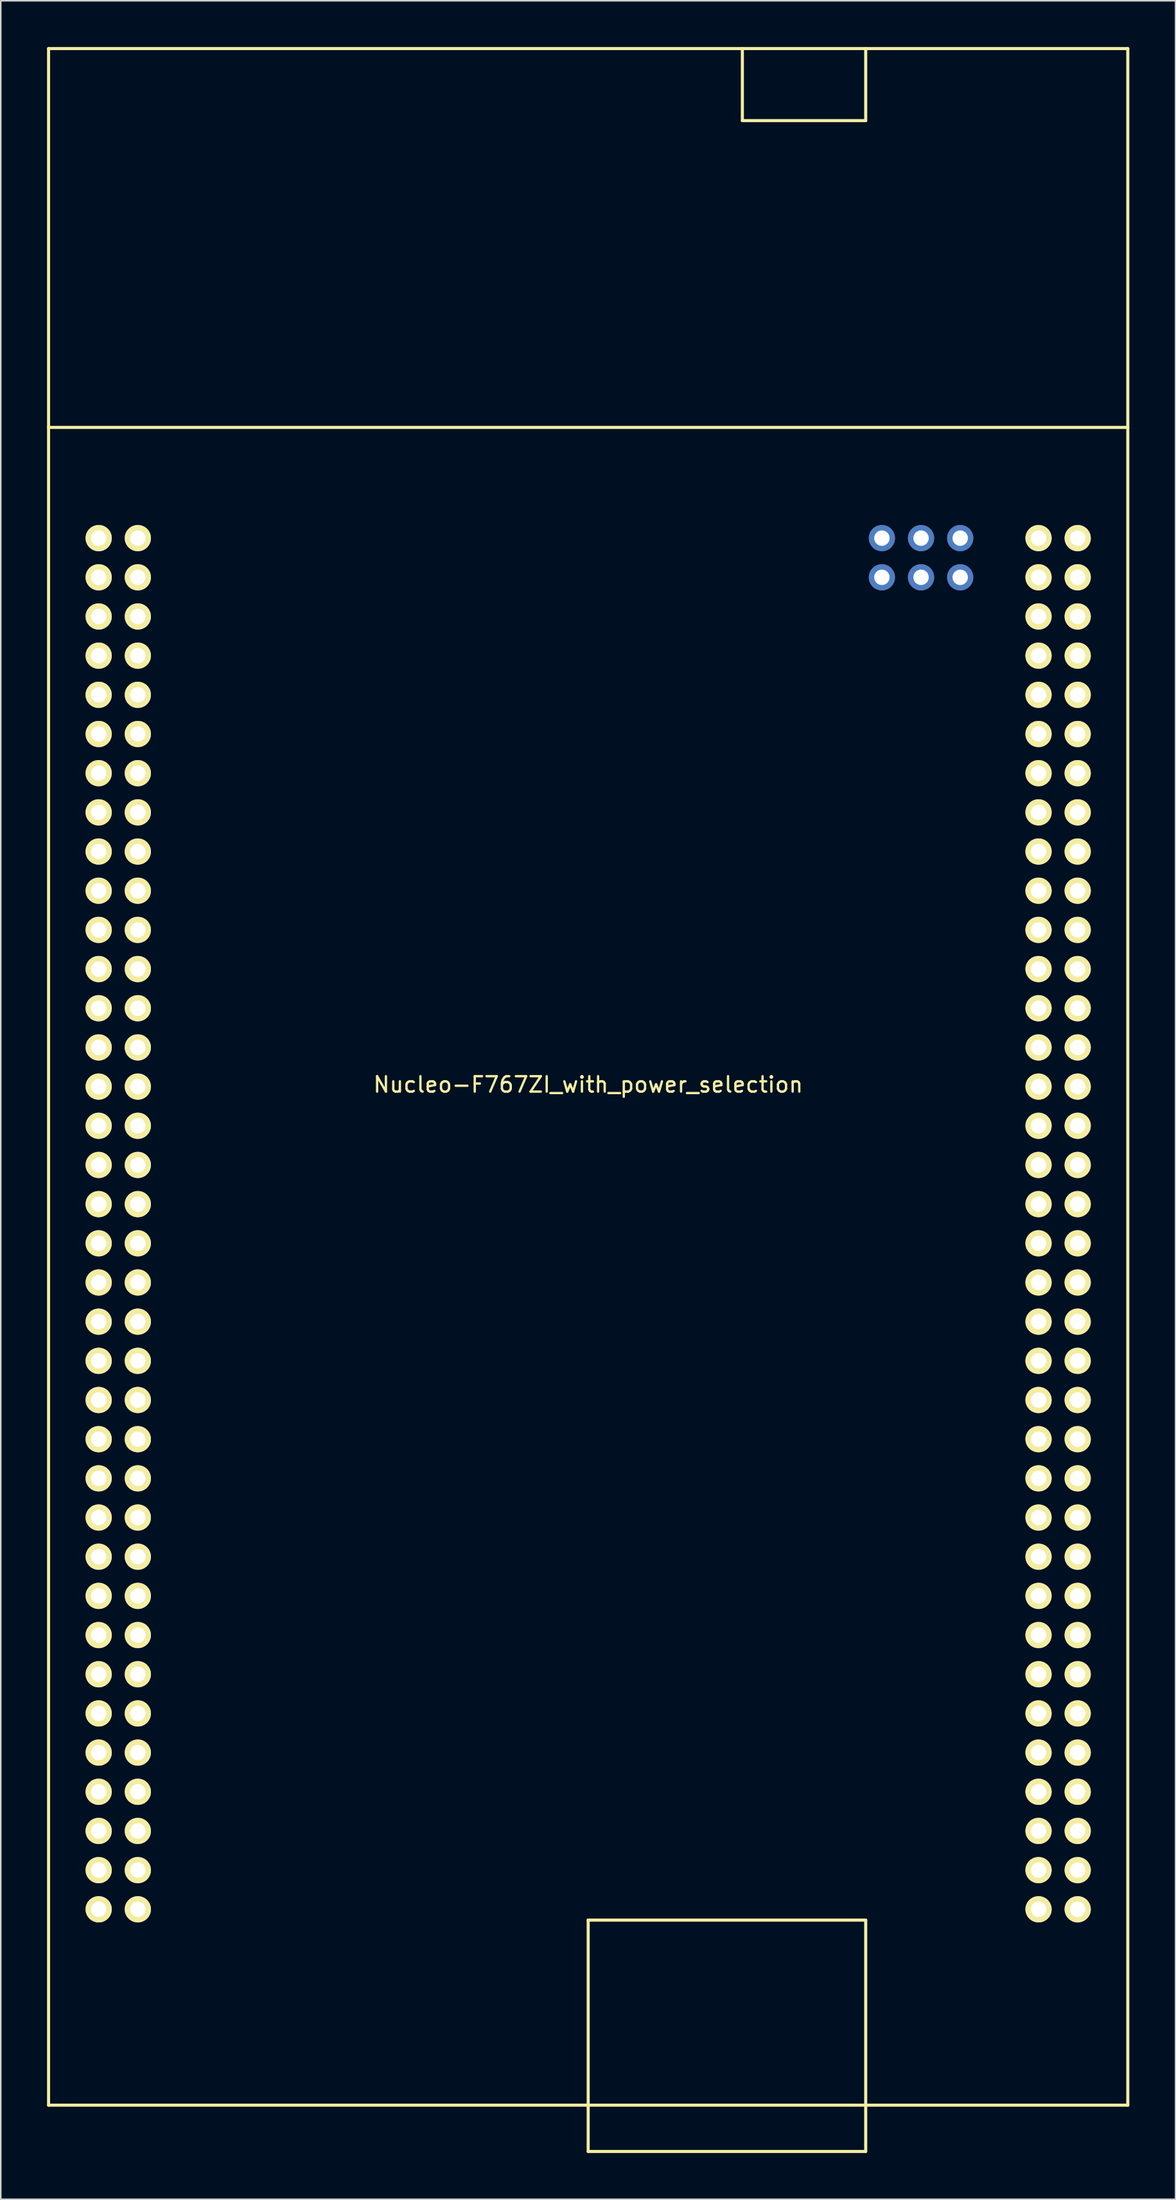
<source format=kicad_pcb>
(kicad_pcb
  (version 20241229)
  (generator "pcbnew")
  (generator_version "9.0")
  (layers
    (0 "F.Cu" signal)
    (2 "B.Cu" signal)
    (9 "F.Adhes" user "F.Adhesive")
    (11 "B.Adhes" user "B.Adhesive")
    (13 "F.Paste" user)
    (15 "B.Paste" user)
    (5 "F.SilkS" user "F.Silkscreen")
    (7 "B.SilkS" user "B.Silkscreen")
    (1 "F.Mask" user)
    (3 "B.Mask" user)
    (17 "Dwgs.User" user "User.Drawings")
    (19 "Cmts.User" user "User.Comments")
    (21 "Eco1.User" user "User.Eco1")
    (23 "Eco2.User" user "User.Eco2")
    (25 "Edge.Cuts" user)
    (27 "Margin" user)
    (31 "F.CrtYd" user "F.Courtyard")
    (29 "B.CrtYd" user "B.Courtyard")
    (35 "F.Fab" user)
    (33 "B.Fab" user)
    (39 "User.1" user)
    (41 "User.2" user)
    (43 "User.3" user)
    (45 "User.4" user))
  (footprint "Nucleo-F767ZI_with_power_selection"
    (layer "F.Cu")
    (at 35.1 66.77)
    (property "Reference" "Nucleo-F767ZI_with_power_selection" (at 0 0.5 0) (layer "F.SilkS") (effects (font (size 1 1) (thickness 0.15))))
    (attr through_hole)
    (fp_line (start -35 -66.67) (end -35 66.67) (stroke (width 0.2) (type solid)) (layer "F.SilkS"))
    (fp_line (start -35 -66.67) (end 35 -66.67) (stroke (width 0.2) (type solid)) (layer "F.SilkS"))
    (fp_line (start -35 -42.11) (end 35 -42.11) (stroke (width 0.2) (type solid)) (layer "F.SilkS"))
    (fp_line (start -35 66.67) (end 35 66.67) (stroke (width 0.2) (type solid)) (layer "F.SilkS"))
    (fp_line (start 0 69.67) (end 0 54.67) (stroke (width 0.2) (type solid)) (layer "F.SilkS"))
    (fp_line (start 0 69.67) (end 18 69.67) (stroke (width 0.2) (type solid)) (layer "F.SilkS"))
    (fp_line (start 10 -62) (end 10 -66.67) (stroke (width 0.2) (type solid)) (layer "F.SilkS"))
    (fp_line (start 18 -66.67) (end 18 -62) (stroke (width 0.2) (type solid)) (layer "F.SilkS"))
    (fp_line (start 18 -62) (end 10 -62) (stroke (width 0.2) (type solid)) (layer "F.SilkS"))
    (fp_line (start 18 54.67) (end 0 54.67) (stroke (width 0.2) (type solid)) (layer "F.SilkS"))
    (fp_line (start 18 69.67) (end 18 54.67) (stroke (width 0.2) (type solid)) (layer "F.SilkS"))
    (fp_line (start 35 -66.67) (end 35 66.67) (stroke (width 0.2) (type solid)) (layer "F.SilkS"))
    (pad "" thru_hole circle (at 19.05 -34.93) (size 1.7 1.7) (drill 1) (layers "*.Cu" "*.Mask"))
    (pad "" thru_hole circle (at 19.05 -32.39) (size 1.7 1.7) (drill 1) (layers "*.Cu" "*.Mask"))
    (pad "" thru_hole circle (at 21.59 -34.93) (size 1.7 1.7) (drill 1) (layers "*.Cu" "*.Mask"))
    (pad "" thru_hole circle (at 21.59 -32.39) (size 1.7 1.7) (drill 1) (layers "*.Cu" "*.Mask"))
    (pad "" thru_hole circle (at 24.13 -34.93) (size 1.7 1.7) (drill 1) (layers "*.Cu" "*.Mask"))
    (pad "" thru_hole circle (at 24.13 -32.39) (size 1.7 1.7) (drill 1) (layers "*.Cu" "*.Mask"))
    (pad "1" thru_hole circle (at -31.75 -34.93) (size 1.7 1.7) (drill 1) (layers "*.Cu" "*.Mask" "F.SilkS"))
    (pad "2" thru_hole circle (at -29.21 -34.93) (size 1.7 1.7) (drill 1) (layers "*.Cu" "*.Mask" "F.SilkS"))
    (pad "3" thru_hole circle (at -31.75 -32.39) (size 1.7 1.7) (drill 1) (layers "*.Cu" "*.Mask" "F.SilkS"))
    (pad "4" thru_hole circle (at -29.21 -32.39) (size 1.7 1.7) (drill 1) (layers "*.Cu" "*.Mask" "F.SilkS"))
    (pad "5" thru_hole circle (at -31.75 -29.85) (size 1.7 1.7) (drill 1) (layers "*.Cu" "*.Mask" "F.SilkS"))
    (pad "6" thru_hole circle (at -29.21 -29.85) (size 1.7 1.7) (drill 1) (layers "*.Cu" "*.Mask" "F.SilkS"))
    (pad "7" thru_hole circle (at -31.75 -27.31) (size 1.7 1.7) (drill 1) (layers "*.Cu" "*.Mask" "F.SilkS"))
    (pad "8" thru_hole circle (at -29.21 -27.31) (size 1.7 1.7) (drill 1) (layers "*.Cu" "*.Mask" "F.SilkS"))
    (pad "9" thru_hole circle (at -31.75 -24.77) (size 1.7 1.7) (drill 1) (layers "*.Cu" "*.Mask" "F.SilkS"))
    (pad "10" thru_hole circle (at -29.21 -24.77) (size 1.7 1.7) (drill 1) (layers "*.Cu" "*.Mask" "F.SilkS"))
    (pad "11" thru_hole circle (at -31.75 -22.23) (size 1.7 1.7) (drill 1) (layers "*.Cu" "*.Mask" "F.SilkS"))
    (pad "12" thru_hole circle (at -29.21 -22.23) (size 1.7 1.7) (drill 1) (layers "*.Cu" "*.Mask" "F.SilkS"))
    (pad "13" thru_hole circle (at -31.75 -19.69) (size 1.7 1.7) (drill 1) (layers "*.Cu" "*.Mask" "F.SilkS"))
    (pad "14" thru_hole circle (at -29.21 -19.69) (size 1.7 1.7) (drill 1) (layers "*.Cu" "*.Mask" "F.SilkS"))
    (pad "15" thru_hole circle (at -31.75 -17.15) (size 1.7 1.7) (drill 1) (layers "*.Cu" "*.Mask" "F.SilkS"))
    (pad "16" thru_hole circle (at -29.21 -17.15) (size 1.7 1.7) (drill 1) (layers "*.Cu" "*.Mask" "F.SilkS"))
    (pad "17" thru_hole circle (at -31.75 -14.61) (size 1.7 1.7) (drill 1) (layers "*.Cu" "*.Mask" "F.SilkS"))
    (pad "18" thru_hole circle (at -29.21 -14.61) (size 1.7 1.7) (drill 1) (layers "*.Cu" "*.Mask" "F.SilkS"))
    (pad "19" thru_hole circle (at -31.75 -12.07) (size 1.7 1.7) (drill 1) (layers "*.Cu" "*.Mask" "F.SilkS"))
    (pad "20" thru_hole circle (at -29.21 -12.07) (size 1.7 1.7) (drill 1) (layers "*.Cu" "*.Mask" "F.SilkS"))
    (pad "21" thru_hole circle (at -31.75 -9.53) (size 1.7 1.7) (drill 1) (layers "*.Cu" "*.Mask" "F.SilkS"))
    (pad "22" thru_hole circle (at -29.21 -9.53) (size 1.7 1.7) (drill 1) (layers "*.Cu" "*.Mask" "F.SilkS"))
    (pad "23" thru_hole circle (at -31.75 -6.99) (size 1.7 1.7) (drill 1) (layers "*.Cu" "*.Mask" "F.SilkS"))
    (pad "24" thru_hole circle (at -29.21 -6.99) (size 1.7 1.7) (drill 1) (layers "*.Cu" "*.Mask" "F.SilkS"))
    (pad "25" thru_hole circle (at -31.75 -4.45) (size 1.7 1.7) (drill 1) (layers "*.Cu" "*.Mask" "F.SilkS"))
    (pad "26" thru_hole circle (at -29.21 -4.45) (size 1.7 1.7) (drill 1) (layers "*.Cu" "*.Mask" "F.SilkS"))
    (pad "27" thru_hole circle (at -31.75 -1.91) (size 1.7 1.7) (drill 1) (layers "*.Cu" "*.Mask" "F.SilkS"))
    (pad "28" thru_hole circle (at -29.21 -1.91) (size 1.7 1.7) (drill 1) (layers "*.Cu" "*.Mask" "F.SilkS"))
    (pad "29" thru_hole circle (at -31.75 0.63) (size 1.7 1.7) (drill 1) (layers "*.Cu" "*.Mask" "F.SilkS"))
    (pad "30" thru_hole circle (at -29.21 0.63) (size 1.7 1.7) (drill 1) (layers "*.Cu" "*.Mask" "F.SilkS"))
    (pad "31" thru_hole circle (at -31.75 3.17) (size 1.7 1.7) (drill 1) (layers "*.Cu" "*.Mask" "F.SilkS"))
    (pad "32" thru_hole circle (at -29.21 3.17) (size 1.7 1.7) (drill 1) (layers "*.Cu" "*.Mask" "F.SilkS"))
    (pad "33" thru_hole circle (at -31.75 5.71) (size 1.7 1.7) (drill 1) (layers "*.Cu" "*.Mask" "F.SilkS"))
    (pad "34" thru_hole circle (at -29.21 5.71) (size 1.7 1.7) (drill 1) (layers "*.Cu" "*.Mask" "F.SilkS"))
    (pad "35" thru_hole circle (at -31.75 8.25) (size 1.7 1.7) (drill 1) (layers "*.Cu" "*.Mask" "F.SilkS"))
    (pad "36" thru_hole circle (at -29.21 8.25) (size 1.7 1.7) (drill 1) (layers "*.Cu" "*.Mask" "F.SilkS"))
    (pad "37" thru_hole circle (at -31.75 10.79) (size 1.7 1.7) (drill 1) (layers "*.Cu" "*.Mask" "F.SilkS"))
    (pad "38" thru_hole circle (at -29.21 10.79) (size 1.7 1.7) (drill 1) (layers "*.Cu" "*.Mask" "F.SilkS"))
    (pad "39" thru_hole circle (at -31.75 13.33) (size 1.7 1.7) (drill 1) (layers "*.Cu" "*.Mask" "F.SilkS"))
    (pad "40" thru_hole circle (at -29.21 13.33) (size 1.7 1.7) (drill 1) (layers "*.Cu" "*.Mask" "F.SilkS"))
    (pad "41" thru_hole circle (at -31.75 15.87) (size 1.7 1.7) (drill 1) (layers "*.Cu" "*.Mask" "F.SilkS"))
    (pad "42" thru_hole circle (at -29.21 15.87) (size 1.7 1.7) (drill 1) (layers "*.Cu" "*.Mask" "F.SilkS"))
    (pad "43" thru_hole circle (at -31.75 18.41) (size 1.7 1.7) (drill 1) (layers "*.Cu" "*.Mask" "F.SilkS"))
    (pad "44" thru_hole circle (at -29.21 18.41) (size 1.7 1.7) (drill 1) (layers "*.Cu" "*.Mask" "F.SilkS"))
    (pad "45" thru_hole circle (at -31.75 20.95) (size 1.7 1.7) (drill 1) (layers "*.Cu" "*.Mask" "F.SilkS"))
    (pad "46" thru_hole circle (at -29.21 20.95) (size 1.7 1.7) (drill 1) (layers "*.Cu" "*.Mask" "F.SilkS"))
    (pad "47" thru_hole circle (at -31.75 23.49) (size 1.7 1.7) (drill 1) (layers "*.Cu" "*.Mask" "F.SilkS"))
    (pad "48" thru_hole circle (at -29.21 23.49) (size 1.7 1.7) (drill 1) (layers "*.Cu" "*.Mask" "F.SilkS"))
    (pad "49" thru_hole circle (at -31.75 26.03) (size 1.7 1.7) (drill 1) (layers "*.Cu" "*.Mask" "F.SilkS"))
    (pad "50" thru_hole circle (at -29.21 26.03) (size 1.7 1.7) (drill 1) (layers "*.Cu" "*.Mask" "F.SilkS"))
    (pad "51" thru_hole circle (at -31.75 28.57) (size 1.7 1.7) (drill 1) (layers "*.Cu" "*.Mask" "F.SilkS"))
    (pad "52" thru_hole circle (at -29.21 28.57) (size 1.7 1.7) (drill 1) (layers "*.Cu" "*.Mask" "F.SilkS"))
    (pad "53" thru_hole circle (at -31.75 31.11) (size 1.7 1.7) (drill 1) (layers "*.Cu" "*.Mask" "F.SilkS"))
    (pad "54" thru_hole circle (at -29.21 31.11) (size 1.7 1.7) (drill 1) (layers "*.Cu" "*.Mask" "F.SilkS"))
    (pad "55" thru_hole circle (at -31.75 33.65) (size 1.7 1.7) (drill 1) (layers "*.Cu" "*.Mask" "F.SilkS"))
    (pad "56" thru_hole circle (at -29.21 33.65) (size 1.7 1.7) (drill 1) (layers "*.Cu" "*.Mask" "F.SilkS"))
    (pad "57" thru_hole circle (at -31.75 36.19) (size 1.7 1.7) (drill 1) (layers "*.Cu" "*.Mask" "F.SilkS"))
    (pad "58" thru_hole circle (at -29.21 36.19) (size 1.7 1.7) (drill 1) (layers "*.Cu" "*.Mask" "F.SilkS"))
    (pad "59" thru_hole circle (at -31.75 38.73) (size 1.7 1.7) (drill 1) (layers "*.Cu" "*.Mask" "F.SilkS"))
    (pad "60" thru_hole circle (at -29.21 38.73) (size 1.7 1.7) (drill 1) (layers "*.Cu" "*.Mask" "F.SilkS"))
    (pad "61" thru_hole circle (at -31.75 41.27) (size 1.7 1.7) (drill 1) (layers "*.Cu" "*.Mask" "F.SilkS"))
    (pad "62" thru_hole circle (at -29.21 41.27) (size 1.7 1.7) (drill 1) (layers "*.Cu" "*.Mask" "F.SilkS"))
    (pad "63" thru_hole circle (at -31.75 43.81) (size 1.7 1.7) (drill 1) (layers "*.Cu" "*.Mask" "F.SilkS"))
    (pad "64" thru_hole circle (at -29.21 43.81) (size 1.7 1.7) (drill 1) (layers "*.Cu" "*.Mask" "F.SilkS"))
    (pad "65" thru_hole circle (at -31.75 46.35) (size 1.7 1.7) (drill 1) (layers "*.Cu" "*.Mask" "F.SilkS"))
    (pad "66" thru_hole circle (at -29.21 46.35) (size 1.7 1.7) (drill 1) (layers "*.Cu" "*.Mask" "F.SilkS"))
    (pad "67" thru_hole circle (at -31.75 48.89) (size 1.7 1.7) (drill 1) (layers "*.Cu" "*.Mask" "F.SilkS"))
    (pad "68" thru_hole circle (at -29.21 48.89) (size 1.7 1.7) (drill 1) (layers "*.Cu" "*.Mask" "F.SilkS"))
    (pad "69" thru_hole circle (at -31.75 51.43) (size 1.7 1.7) (drill 1) (layers "*.Cu" "*.Mask" "F.SilkS"))
    (pad "70" thru_hole circle (at -29.21 51.43) (size 1.7 1.7) (drill 1) (layers "*.Cu" "*.Mask" "F.SilkS"))
    (pad "71" thru_hole circle (at -31.75 53.97) (size 1.7 1.7) (drill 1) (layers "*.Cu" "*.Mask" "F.SilkS"))
    (pad "72" thru_hole circle (at -29.21 53.97) (size 1.7 1.7) (drill 1) (layers "*.Cu" "*.Mask" "F.SilkS"))
    (pad "73" thru_hole circle (at 29.21 -34.93) (size 1.7 1.7) (drill 1) (layers "*.Cu" "*.Mask" "F.SilkS"))
    (pad "74" thru_hole circle (at 31.75 -34.93) (size 1.7 1.7) (drill 1) (layers "*.Cu" "*.Mask" "F.SilkS"))
    (pad "75" thru_hole circle (at 29.21 -32.39) (size 1.7 1.7) (drill 1) (layers "*.Cu" "*.Mask" "F.SilkS"))
    (pad "76" thru_hole circle (at 31.75 -32.39) (size 1.7 1.7) (drill 1) (layers "*.Cu" "*.Mask" "F.SilkS"))
    (pad "77" thru_hole circle (at 29.21 -29.85) (size 1.7 1.7) (drill 1) (layers "*.Cu" "*.Mask" "F.SilkS"))
    (pad "78" thru_hole circle (at 31.75 -29.85) (size 1.7 1.7) (drill 1) (layers "*.Cu" "*.Mask" "F.SilkS"))
    (pad "79" thru_hole circle (at 29.21 -27.31) (size 1.7 1.7) (drill 1) (layers "*.Cu" "*.Mask" "F.SilkS"))
    (pad "80" thru_hole circle (at 31.75 -27.31) (size 1.7 1.7) (drill 1) (layers "*.Cu" "*.Mask" "F.SilkS"))
    (pad "81" thru_hole circle (at 29.21 -24.77) (size 1.7 1.7) (drill 1) (layers "*.Cu" "*.Mask" "F.SilkS"))
    (pad "82" thru_hole circle (at 31.75 -24.77) (size 1.7 1.7) (drill 1) (layers "*.Cu" "*.Mask" "F.SilkS"))
    (pad "83" thru_hole circle (at 29.21 -22.23) (size 1.7 1.7) (drill 1) (layers "*.Cu" "*.Mask" "F.SilkS"))
    (pad "84" thru_hole circle (at 31.75 -22.23) (size 1.7 1.7) (drill 1) (layers "*.Cu" "*.Mask" "F.SilkS"))
    (pad "85" thru_hole circle (at 29.21 -19.69) (size 1.7 1.7) (drill 1) (layers "*.Cu" "*.Mask" "F.SilkS"))
    (pad "86" thru_hole circle (at 31.75 -19.69) (size 1.7 1.7) (drill 1) (layers "*.Cu" "*.Mask" "F.SilkS"))
    (pad "87" thru_hole circle (at 29.21 -17.15) (size 1.7 1.7) (drill 1) (layers "*.Cu" "*.Mask" "F.SilkS"))
    (pad "88" thru_hole circle (at 31.75 -17.15) (size 1.7 1.7) (drill 1) (layers "*.Cu" "*.Mask" "F.SilkS"))
    (pad "89" thru_hole circle (at 29.21 -14.61) (size 1.7 1.7) (drill 1) (layers "*.Cu" "*.Mask" "F.SilkS"))
    (pad "90" thru_hole circle (at 31.75 -14.61) (size 1.7 1.7) (drill 1) (layers "*.Cu" "*.Mask" "F.SilkS"))
    (pad "91" thru_hole circle (at 29.21 -12.07) (size 1.7 1.7) (drill 1) (layers "*.Cu" "*.Mask" "F.SilkS"))
    (pad "92" thru_hole circle (at 31.75 -12.07) (size 1.7 1.7) (drill 1) (layers "*.Cu" "*.Mask" "F.SilkS"))
    (pad "93" thru_hole circle (at 29.21 -9.53) (size 1.7 1.7) (drill 1) (layers "*.Cu" "*.Mask" "F.SilkS"))
    (pad "94" thru_hole circle (at 31.75 -9.53) (size 1.7 1.7) (drill 1) (layers "*.Cu" "*.Mask" "F.SilkS"))
    (pad "95" thru_hole circle (at 29.21 -6.99) (size 1.7 1.7) (drill 1) (layers "*.Cu" "*.Mask" "F.SilkS"))
    (pad "96" thru_hole circle (at 31.75 -6.99) (size 1.7 1.7) (drill 1) (layers "*.Cu" "*.Mask" "F.SilkS"))
    (pad "97" thru_hole circle (at 29.21 -4.45) (size 1.7 1.7) (drill 1) (layers "*.Cu" "*.Mask" "F.SilkS"))
    (pad "98" thru_hole circle (at 31.75 -4.45) (size 1.7 1.7) (drill 1) (layers "*.Cu" "*.Mask" "F.SilkS"))
    (pad "99" thru_hole circle (at 29.21 -1.91) (size 1.7 1.7) (drill 1) (layers "*.Cu" "*.Mask" "F.SilkS"))
    (pad "100" thru_hole circle (at 31.75 -1.91) (size 1.7 1.7) (drill 1) (layers "*.Cu" "*.Mask" "F.SilkS"))
    (pad "101" thru_hole circle (at 29.21 0.63) (size 1.7 1.7) (drill 1) (layers "*.Cu" "*.Mask" "F.SilkS"))
    (pad "102" thru_hole circle (at 31.75 0.63) (size 1.7 1.7) (drill 1) (layers "*.Cu" "*.Mask" "F.SilkS"))
    (pad "103" thru_hole circle (at 29.21 3.17) (size 1.7 1.7) (drill 1) (layers "*.Cu" "*.Mask" "F.SilkS"))
    (pad "104" thru_hole circle (at 31.75 3.17) (size 1.7 1.7) (drill 1) (layers "*.Cu" "*.Mask" "F.SilkS"))
    (pad "105" thru_hole circle (at 29.21 5.71) (size 1.7 1.7) (drill 1) (layers "*.Cu" "*.Mask" "F.SilkS"))
    (pad "106" thru_hole circle (at 31.75 5.71) (size 1.7 1.7) (drill 1) (layers "*.Cu" "*.Mask" "F.SilkS"))
    (pad "107" thru_hole circle (at 29.21 8.25) (size 1.7 1.7) (drill 1) (layers "*.Cu" "*.Mask" "F.SilkS"))
    (pad "108" thru_hole circle (at 31.75 8.25) (size 1.7 1.7) (drill 1) (layers "*.Cu" "*.Mask" "F.SilkS"))
    (pad "109" thru_hole circle (at 29.21 10.79) (size 1.7 1.7) (drill 1) (layers "*.Cu" "*.Mask" "F.SilkS"))
    (pad "110" thru_hole circle (at 31.75 10.79) (size 1.7 1.7) (drill 1) (layers "*.Cu" "*.Mask" "F.SilkS"))
    (pad "111" thru_hole circle (at 29.21 13.33) (size 1.7 1.7) (drill 1) (layers "*.Cu" "*.Mask" "F.SilkS"))
    (pad "112" thru_hole circle (at 31.75 13.33) (size 1.7 1.7) (drill 1) (layers "*.Cu" "*.Mask" "F.SilkS"))
    (pad "113" thru_hole circle (at 29.21 15.87) (size 1.7 1.7) (drill 1) (layers "*.Cu" "*.Mask" "F.SilkS"))
    (pad "114" thru_hole circle (at 31.75 15.87) (size 1.7 1.7) (drill 1) (layers "*.Cu" "*.Mask" "F.SilkS"))
    (pad "115" thru_hole circle (at 29.21 18.41) (size 1.7 1.7) (drill 1) (layers "*.Cu" "*.Mask" "F.SilkS"))
    (pad "116" thru_hole circle (at 31.75 18.41) (size 1.7 1.7) (drill 1) (layers "*.Cu" "*.Mask" "F.SilkS"))
    (pad "117" thru_hole circle (at 29.21 20.95) (size 1.7 1.7) (drill 1) (layers "*.Cu" "*.Mask" "F.SilkS"))
    (pad "118" thru_hole circle (at 31.75 20.95) (size 1.7 1.7) (drill 1) (layers "*.Cu" "*.Mask" "F.SilkS"))
    (pad "119" thru_hole circle (at 29.21 23.49) (size 1.7 1.7) (drill 1) (layers "*.Cu" "*.Mask" "F.SilkS"))
    (pad "120" thru_hole circle (at 31.75 23.49) (size 1.7 1.7) (drill 1) (layers "*.Cu" "*.Mask" "F.SilkS"))
    (pad "121" thru_hole circle (at 29.21 26.03) (size 1.7 1.7) (drill 1) (layers "*.Cu" "*.Mask" "F.SilkS"))
    (pad "122" thru_hole circle (at 31.75 26.03) (size 1.7 1.7) (drill 1) (layers "*.Cu" "*.Mask" "F.SilkS"))
    (pad "123" thru_hole circle (at 29.21 28.57) (size 1.7 1.7) (drill 1) (layers "*.Cu" "*.Mask" "F.SilkS"))
    (pad "124" thru_hole circle (at 31.75 28.57) (size 1.7 1.7) (drill 1) (layers "*.Cu" "*.Mask" "F.SilkS"))
    (pad "125" thru_hole circle (at 29.21 31.11) (size 1.7 1.7) (drill 1) (layers "*.Cu" "*.Mask" "F.SilkS"))
    (pad "126" thru_hole circle (at 31.75 31.11) (size 1.7 1.7) (drill 1) (layers "*.Cu" "*.Mask" "F.SilkS"))
    (pad "127" thru_hole circle (at 29.21 33.65) (size 1.7 1.7) (drill 1) (layers "*.Cu" "*.Mask" "F.SilkS"))
    (pad "128" thru_hole circle (at 31.75 33.65) (size 1.7 1.7) (drill 1) (layers "*.Cu" "*.Mask" "F.SilkS"))
    (pad "129" thru_hole circle (at 29.21 36.19) (size 1.7 1.7) (drill 1) (layers "*.Cu" "*.Mask" "F.SilkS"))
    (pad "130" thru_hole circle (at 31.75 36.19) (size 1.7 1.7) (drill 1) (layers "*.Cu" "*.Mask" "F.SilkS"))
    (pad "131" thru_hole circle (at 29.21 38.73) (size 1.7 1.7) (drill 1) (layers "*.Cu" "*.Mask" "F.SilkS"))
    (pad "132" thru_hole circle (at 31.75 38.73) (size 1.7 1.7) (drill 1) (layers "*.Cu" "*.Mask" "F.SilkS"))
    (pad "133" thru_hole circle (at 29.21 41.27) (size 1.7 1.7) (drill 1) (layers "*.Cu" "*.Mask" "F.SilkS"))
    (pad "134" thru_hole circle (at 31.75 41.27) (size 1.7 1.7) (drill 1) (layers "*.Cu" "*.Mask" "F.SilkS"))
    (pad "135" thru_hole circle (at 29.21 43.81) (size 1.7 1.7) (drill 1) (layers "*.Cu" "*.Mask" "F.SilkS"))
    (pad "136" thru_hole circle (at 31.75 43.81) (size 1.7 1.7) (drill 1) (layers "*.Cu" "*.Mask" "F.SilkS"))
    (pad "137" thru_hole circle (at 29.21 46.35) (size 1.7 1.7) (drill 1) (layers "*.Cu" "*.Mask" "F.SilkS"))
    (pad "138" thru_hole circle (at 31.75 46.35) (size 1.7 1.7) (drill 1) (layers "*.Cu" "*.Mask" "F.SilkS"))
    (pad "139" thru_hole circle (at 29.21 48.89) (size 1.7 1.7) (drill 1) (layers "*.Cu" "*.Mask" "F.SilkS"))
    (pad "140" thru_hole circle (at 31.75 48.89) (size 1.7 1.7) (drill 1) (layers "*.Cu" "*.Mask" "F.SilkS"))
    (pad "141" thru_hole circle (at 29.21 51.43) (size 1.7 1.7) (drill 1) (layers "*.Cu" "*.Mask" "F.SilkS"))
    (pad "142" thru_hole circle (at 31.75 51.43) (size 1.7 1.7) (drill 1) (layers "*.Cu" "*.Mask" "F.SilkS"))
    (pad "143" thru_hole circle (at 29.21 53.97) (size 1.7 1.7) (drill 1) (layers "*.Cu" "*.Mask" "F.SilkS"))
    (pad "144" thru_hole circle (at 31.75 53.97) (size 1.7 1.7) (drill 1) (layers "*.Cu" "*.Mask" "F.SilkS")))
  (gr_rect
    (start -3 -3)
    (end 73.2 139.54)
    (stroke (width 0.1) (type default))
    (fill no)
    (layer "Edge.Cuts")))
</source>
